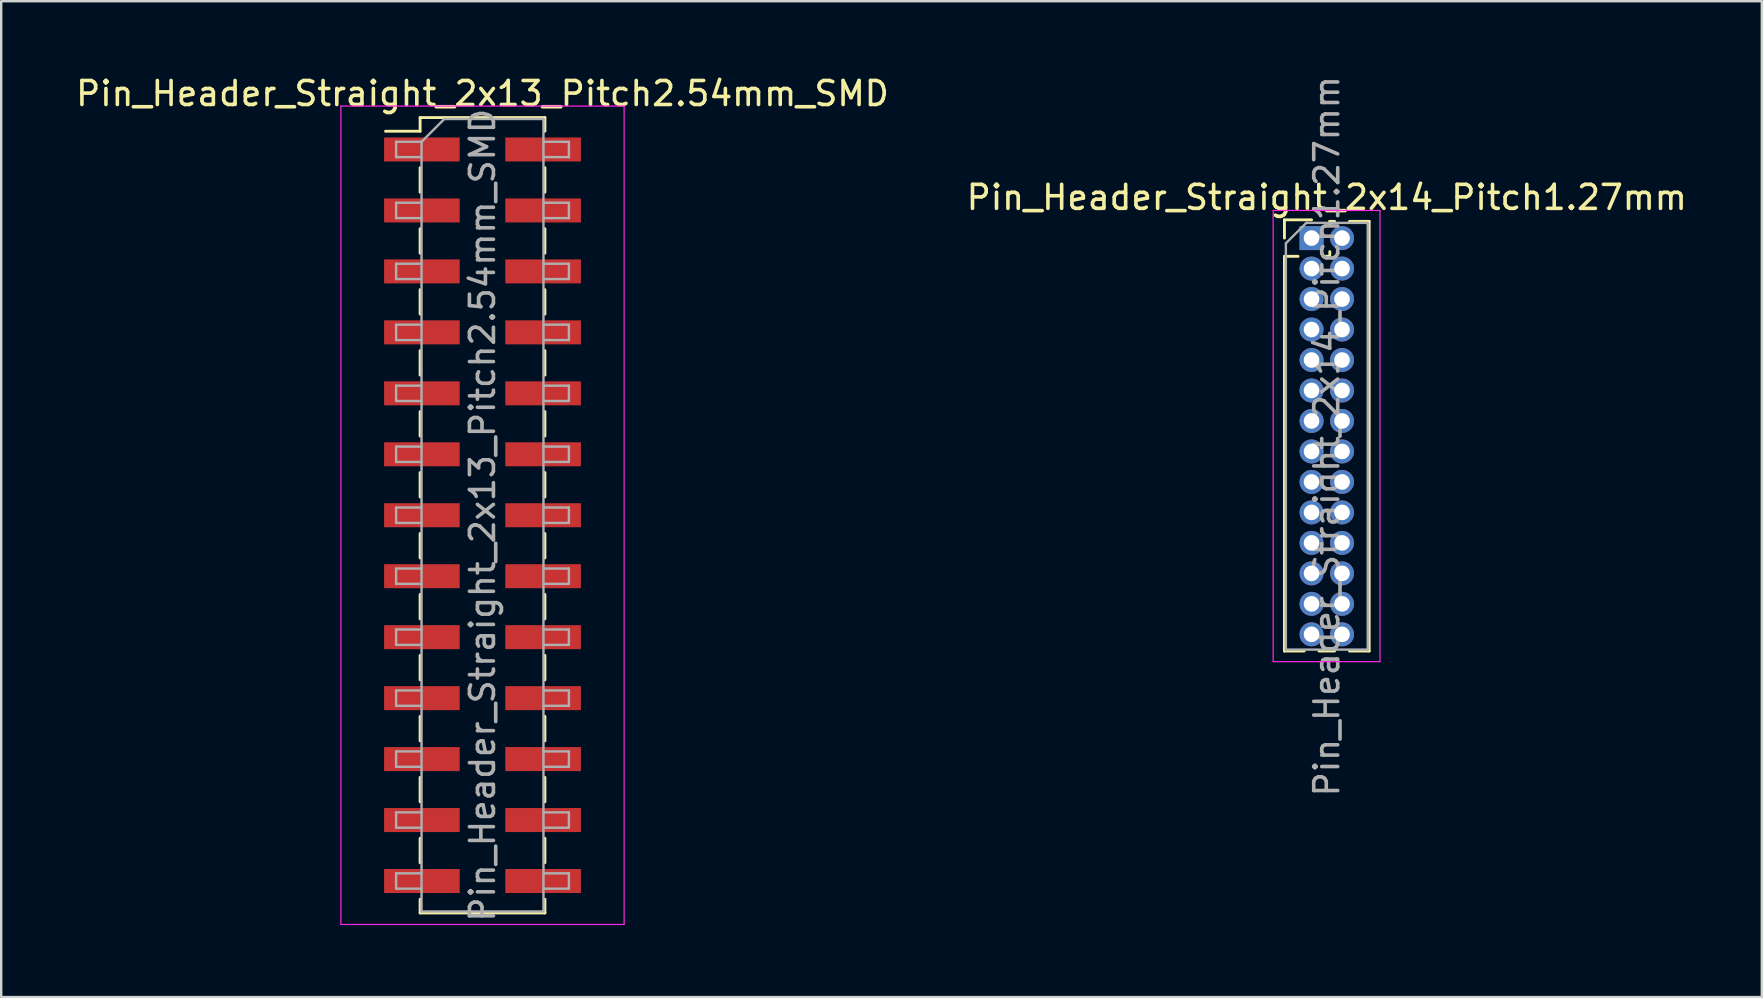
<source format=kicad_pcb>
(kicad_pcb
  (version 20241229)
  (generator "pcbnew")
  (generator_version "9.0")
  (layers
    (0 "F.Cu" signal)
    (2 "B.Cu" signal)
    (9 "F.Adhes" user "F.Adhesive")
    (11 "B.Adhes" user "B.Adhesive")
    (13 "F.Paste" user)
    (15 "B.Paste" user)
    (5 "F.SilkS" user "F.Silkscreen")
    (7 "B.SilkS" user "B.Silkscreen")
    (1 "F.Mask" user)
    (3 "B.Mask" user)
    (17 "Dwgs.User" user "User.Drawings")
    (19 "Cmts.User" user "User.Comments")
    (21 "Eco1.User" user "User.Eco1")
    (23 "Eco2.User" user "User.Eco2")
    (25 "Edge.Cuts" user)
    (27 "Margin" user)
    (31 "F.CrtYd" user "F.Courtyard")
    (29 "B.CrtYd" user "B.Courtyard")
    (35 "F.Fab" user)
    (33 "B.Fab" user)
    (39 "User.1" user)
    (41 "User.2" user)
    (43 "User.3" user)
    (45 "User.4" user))
  (footprint "Pin_Header_Straight_2x13_Pitch2.54mm_SMD"
    (layer "F.Cu")
    (at 17.054 18.418)
    (property "Reference" "Pin_Header_Straight_2x13_Pitch2.54mm_SMD" (at 0 -17.57 0) (layer "F.SilkS") (effects (font (size 1 1) (thickness 0.15))))
    (attr smd)
    (fp_line (start -4.04 -16) (end -2.6 -16) (stroke (width 0.12) (type solid)) (layer "F.SilkS"))
    (fp_line (start -2.6 -16.57) (end -2.6 -16) (stroke (width 0.12) (type solid)) (layer "F.SilkS"))
    (fp_line (start -2.6 -16.57) (end 2.6 -16.57) (stroke (width 0.12) (type solid)) (layer "F.SilkS"))
    (fp_line (start -2.6 -14.48) (end -2.6 -13.46) (stroke (width 0.12) (type solid)) (layer "F.SilkS"))
    (fp_line (start -2.6 -11.94) (end -2.6 -10.92) (stroke (width 0.12) (type solid)) (layer "F.SilkS"))
    (fp_line (start -2.6 -9.4) (end -2.6 -8.38) (stroke (width 0.12) (type solid)) (layer "F.SilkS"))
    (fp_line (start -2.6 -6.86) (end -2.6 -5.84) (stroke (width 0.12) (type solid)) (layer "F.SilkS"))
    (fp_line (start -2.6 -4.32) (end -2.6 -3.3) (stroke (width 0.12) (type solid)) (layer "F.SilkS"))
    (fp_line (start -2.6 -1.78) (end -2.6 -0.76) (stroke (width 0.12) (type solid)) (layer "F.SilkS"))
    (fp_line (start -2.6 0.76) (end -2.6 1.78) (stroke (width 0.12) (type solid)) (layer "F.SilkS"))
    (fp_line (start -2.6 3.3) (end -2.6 4.32) (stroke (width 0.12) (type solid)) (layer "F.SilkS"))
    (fp_line (start -2.6 5.84) (end -2.6 6.86) (stroke (width 0.12) (type solid)) (layer "F.SilkS"))
    (fp_line (start -2.6 8.38) (end -2.6 9.4) (stroke (width 0.12) (type solid)) (layer "F.SilkS"))
    (fp_line (start -2.6 10.92) (end -2.6 11.94) (stroke (width 0.12) (type solid)) (layer "F.SilkS"))
    (fp_line (start -2.6 13.46) (end -2.6 14.48) (stroke (width 0.12) (type solid)) (layer "F.SilkS"))
    (fp_line (start -2.6 16) (end -2.6 16.57) (stroke (width 0.12) (type solid)) (layer "F.SilkS"))
    (fp_line (start -2.6 16.57) (end 2.6 16.57) (stroke (width 0.12) (type solid)) (layer "F.SilkS"))
    (fp_line (start 2.6 -16.57) (end 2.6 -16) (stroke (width 0.12) (type solid)) (layer "F.SilkS"))
    (fp_line (start 2.6 -14.48) (end 2.6 -13.46) (stroke (width 0.12) (type solid)) (layer "F.SilkS"))
    (fp_line (start 2.6 -11.94) (end 2.6 -10.92) (stroke (width 0.12) (type solid)) (layer "F.SilkS"))
    (fp_line (start 2.6 -9.4) (end 2.6 -8.38) (stroke (width 0.12) (type solid)) (layer "F.SilkS"))
    (fp_line (start 2.6 -6.86) (end 2.6 -5.84) (stroke (width 0.12) (type solid)) (layer "F.SilkS"))
    (fp_line (start 2.6 -4.32) (end 2.6 -3.3) (stroke (width 0.12) (type solid)) (layer "F.SilkS"))
    (fp_line (start 2.6 -1.78) (end 2.6 -0.76) (stroke (width 0.12) (type solid)) (layer "F.SilkS"))
    (fp_line (start 2.6 0.76) (end 2.6 1.78) (stroke (width 0.12) (type solid)) (layer "F.SilkS"))
    (fp_line (start 2.6 3.3) (end 2.6 4.32) (stroke (width 0.12) (type solid)) (layer "F.SilkS"))
    (fp_line (start 2.6 5.84) (end 2.6 6.86) (stroke (width 0.12) (type solid)) (layer "F.SilkS"))
    (fp_line (start 2.6 8.38) (end 2.6 9.4) (stroke (width 0.12) (type solid)) (layer "F.SilkS"))
    (fp_line (start 2.6 10.92) (end 2.6 11.94) (stroke (width 0.12) (type solid)) (layer "F.SilkS"))
    (fp_line (start 2.6 13.46) (end 2.6 14.48) (stroke (width 0.12) (type solid)) (layer "F.SilkS"))
    (fp_line (start 2.6 16) (end 2.6 16.57) (stroke (width 0.12) (type solid)) (layer "F.SilkS"))
    (fp_line (start -5.9 -17.05) (end -5.9 17.05) (stroke (width 0.05) (type solid)) (layer "F.CrtYd"))
    (fp_line (start -5.9 17.05) (end 5.9 17.05) (stroke (width 0.05) (type solid)) (layer "F.CrtYd"))
    (fp_line (start 5.9 -17.05) (end -5.9 -17.05) (stroke (width 0.05) (type solid)) (layer "F.CrtYd"))
    (fp_line (start 5.9 17.05) (end 5.9 -17.05) (stroke (width 0.05) (type solid)) (layer "F.CrtYd"))
    (fp_line (start -3.6 -15.56) (end -3.6 -14.92) (stroke (width 0.1) (type solid)) (layer "F.Fab"))
    (fp_line (start -3.6 -14.92) (end -2.54 -14.92) (stroke (width 0.1) (type solid)) (layer "F.Fab"))
    (fp_line (start -3.6 -13.02) (end -3.6 -12.38) (stroke (width 0.1) (type solid)) (layer "F.Fab"))
    (fp_line (start -3.6 -12.38) (end -2.54 -12.38) (stroke (width 0.1) (type solid)) (layer "F.Fab"))
    (fp_line (start -3.6 -10.48) (end -3.6 -9.84) (stroke (width 0.1) (type solid)) (layer "F.Fab"))
    (fp_line (start -3.6 -9.84) (end -2.54 -9.84) (stroke (width 0.1) (type solid)) (layer "F.Fab"))
    (fp_line (start -3.6 -7.94) (end -3.6 -7.3) (stroke (width 0.1) (type solid)) (layer "F.Fab"))
    (fp_line (start -3.6 -7.3) (end -2.54 -7.3) (stroke (width 0.1) (type solid)) (layer "F.Fab"))
    (fp_line (start -3.6 -5.4) (end -3.6 -4.76) (stroke (width 0.1) (type solid)) (layer "F.Fab"))
    (fp_line (start -3.6 -4.76) (end -2.54 -4.76) (stroke (width 0.1) (type solid)) (layer "F.Fab"))
    (fp_line (start -3.6 -2.86) (end -3.6 -2.22) (stroke (width 0.1) (type solid)) (layer "F.Fab"))
    (fp_line (start -3.6 -2.22) (end -2.54 -2.22) (stroke (width 0.1) (type solid)) (layer "F.Fab"))
    (fp_line (start -3.6 -0.32) (end -3.6 0.32) (stroke (width 0.1) (type solid)) (layer "F.Fab"))
    (fp_line (start -3.6 0.32) (end -2.54 0.32) (stroke (width 0.1) (type solid)) (layer "F.Fab"))
    (fp_line (start -3.6 2.22) (end -3.6 2.86) (stroke (width 0.1) (type solid)) (layer "F.Fab"))
    (fp_line (start -3.6 2.86) (end -2.54 2.86) (stroke (width 0.1) (type solid)) (layer "F.Fab"))
    (fp_line (start -3.6 4.76) (end -3.6 5.4) (stroke (width 0.1) (type solid)) (layer "F.Fab"))
    (fp_line (start -3.6 5.4) (end -2.54 5.4) (stroke (width 0.1) (type solid)) (layer "F.Fab"))
    (fp_line (start -3.6 7.3) (end -3.6 7.94) (stroke (width 0.1) (type solid)) (layer "F.Fab"))
    (fp_line (start -3.6 7.94) (end -2.54 7.94) (stroke (width 0.1) (type solid)) (layer "F.Fab"))
    (fp_line (start -3.6 9.84) (end -3.6 10.48) (stroke (width 0.1) (type solid)) (layer "F.Fab"))
    (fp_line (start -3.6 10.48) (end -2.54 10.48) (stroke (width 0.1) (type solid)) (layer "F.Fab"))
    (fp_line (start -3.6 12.38) (end -3.6 13.02) (stroke (width 0.1) (type solid)) (layer "F.Fab"))
    (fp_line (start -3.6 13.02) (end -2.54 13.02) (stroke (width 0.1) (type solid)) (layer "F.Fab"))
    (fp_line (start -3.6 14.92) (end -3.6 15.56) (stroke (width 0.1) (type solid)) (layer "F.Fab"))
    (fp_line (start -3.6 15.56) (end -2.54 15.56) (stroke (width 0.1) (type solid)) (layer "F.Fab"))
    (fp_line (start -2.54 -15.56) (end -3.6 -15.56) (stroke (width 0.1) (type solid)) (layer "F.Fab"))
    (fp_line (start -2.54 -15.56) (end -1.59 -16.51) (stroke (width 0.1) (type solid)) (layer "F.Fab"))
    (fp_line (start -2.54 -13.02) (end -3.6 -13.02) (stroke (width 0.1) (type solid)) (layer "F.Fab"))
    (fp_line (start -2.54 -10.48) (end -3.6 -10.48) (stroke (width 0.1) (type solid)) (layer "F.Fab"))
    (fp_line (start -2.54 -7.94) (end -3.6 -7.94) (stroke (width 0.1) (type solid)) (layer "F.Fab"))
    (fp_line (start -2.54 -5.4) (end -3.6 -5.4) (stroke (width 0.1) (type solid)) (layer "F.Fab"))
    (fp_line (start -2.54 -2.86) (end -3.6 -2.86) (stroke (width 0.1) (type solid)) (layer "F.Fab"))
    (fp_line (start -2.54 -0.32) (end -3.6 -0.32) (stroke (width 0.1) (type solid)) (layer "F.Fab"))
    (fp_line (start -2.54 2.22) (end -3.6 2.22) (stroke (width 0.1) (type solid)) (layer "F.Fab"))
    (fp_line (start -2.54 4.76) (end -3.6 4.76) (stroke (width 0.1) (type solid)) (layer "F.Fab"))
    (fp_line (start -2.54 7.3) (end -3.6 7.3) (stroke (width 0.1) (type solid)) (layer "F.Fab"))
    (fp_line (start -2.54 9.84) (end -3.6 9.84) (stroke (width 0.1) (type solid)) (layer "F.Fab"))
    (fp_line (start -2.54 12.38) (end -3.6 12.38) (stroke (width 0.1) (type solid)) (layer "F.Fab"))
    (fp_line (start -2.54 14.92) (end -3.6 14.92) (stroke (width 0.1) (type solid)) (layer "F.Fab"))
    (fp_line (start -2.54 16.51) (end -2.54 -15.56) (stroke (width 0.1) (type solid)) (layer "F.Fab"))
    (fp_line (start -1.59 -16.51) (end 2.54 -16.51) (stroke (width 0.1) (type solid)) (layer "F.Fab"))
    (fp_line (start 2.54 -16.51) (end 2.54 16.51) (stroke (width 0.1) (type solid)) (layer "F.Fab"))
    (fp_line (start 2.54 -15.56) (end 3.6 -15.56) (stroke (width 0.1) (type solid)) (layer "F.Fab"))
    (fp_line (start 2.54 -13.02) (end 3.6 -13.02) (stroke (width 0.1) (type solid)) (layer "F.Fab"))
    (fp_line (start 2.54 -10.48) (end 3.6 -10.48) (stroke (width 0.1) (type solid)) (layer "F.Fab"))
    (fp_line (start 2.54 -7.94) (end 3.6 -7.94) (stroke (width 0.1) (type solid)) (layer "F.Fab"))
    (fp_line (start 2.54 -5.4) (end 3.6 -5.4) (stroke (width 0.1) (type solid)) (layer "F.Fab"))
    (fp_line (start 2.54 -2.86) (end 3.6 -2.86) (stroke (width 0.1) (type solid)) (layer "F.Fab"))
    (fp_line (start 2.54 -0.32) (end 3.6 -0.32) (stroke (width 0.1) (type solid)) (layer "F.Fab"))
    (fp_line (start 2.54 2.22) (end 3.6 2.22) (stroke (width 0.1) (type solid)) (layer "F.Fab"))
    (fp_line (start 2.54 4.76) (end 3.6 4.76) (stroke (width 0.1) (type solid)) (layer "F.Fab"))
    (fp_line (start 2.54 7.3) (end 3.6 7.3) (stroke (width 0.1) (type solid)) (layer "F.Fab"))
    (fp_line (start 2.54 9.84) (end 3.6 9.84) (stroke (width 0.1) (type solid)) (layer "F.Fab"))
    (fp_line (start 2.54 12.38) (end 3.6 12.38) (stroke (width 0.1) (type solid)) (layer "F.Fab"))
    (fp_line (start 2.54 14.92) (end 3.6 14.92) (stroke (width 0.1) (type solid)) (layer "F.Fab"))
    (fp_line (start 2.54 16.51) (end -2.54 16.51) (stroke (width 0.1) (type solid)) (layer "F.Fab"))
    (fp_line (start 3.6 -15.56) (end 3.6 -14.92) (stroke (width 0.1) (type solid)) (layer "F.Fab"))
    (fp_line (start 3.6 -14.92) (end 2.54 -14.92) (stroke (width 0.1) (type solid)) (layer "F.Fab"))
    (fp_line (start 3.6 -13.02) (end 3.6 -12.38) (stroke (width 0.1) (type solid)) (layer "F.Fab"))
    (fp_line (start 3.6 -12.38) (end 2.54 -12.38) (stroke (width 0.1) (type solid)) (layer "F.Fab"))
    (fp_line (start 3.6 -10.48) (end 3.6 -9.84) (stroke (width 0.1) (type solid)) (layer "F.Fab"))
    (fp_line (start 3.6 -9.84) (end 2.54 -9.84) (stroke (width 0.1) (type solid)) (layer "F.Fab"))
    (fp_line (start 3.6 -7.94) (end 3.6 -7.3) (stroke (width 0.1) (type solid)) (layer "F.Fab"))
    (fp_line (start 3.6 -7.3) (end 2.54 -7.3) (stroke (width 0.1) (type solid)) (layer "F.Fab"))
    (fp_line (start 3.6 -5.4) (end 3.6 -4.76) (stroke (width 0.1) (type solid)) (layer "F.Fab"))
    (fp_line (start 3.6 -4.76) (end 2.54 -4.76) (stroke (width 0.1) (type solid)) (layer "F.Fab"))
    (fp_line (start 3.6 -2.86) (end 3.6 -2.22) (stroke (width 0.1) (type solid)) (layer "F.Fab"))
    (fp_line (start 3.6 -2.22) (end 2.54 -2.22) (stroke (width 0.1) (type solid)) (layer "F.Fab"))
    (fp_line (start 3.6 -0.32) (end 3.6 0.32) (stroke (width 0.1) (type solid)) (layer "F.Fab"))
    (fp_line (start 3.6 0.32) (end 2.54 0.32) (stroke (width 0.1) (type solid)) (layer "F.Fab"))
    (fp_line (start 3.6 2.22) (end 3.6 2.86) (stroke (width 0.1) (type solid)) (layer "F.Fab"))
    (fp_line (start 3.6 2.86) (end 2.54 2.86) (stroke (width 0.1) (type solid)) (layer "F.Fab"))
    (fp_line (start 3.6 4.76) (end 3.6 5.4) (stroke (width 0.1) (type solid)) (layer "F.Fab"))
    (fp_line (start 3.6 5.4) (end 2.54 5.4) (stroke (width 0.1) (type solid)) (layer "F.Fab"))
    (fp_line (start 3.6 7.3) (end 3.6 7.94) (stroke (width 0.1) (type solid)) (layer "F.Fab"))
    (fp_line (start 3.6 7.94) (end 2.54 7.94) (stroke (width 0.1) (type solid)) (layer "F.Fab"))
    (fp_line (start 3.6 9.84) (end 3.6 10.48) (stroke (width 0.1) (type solid)) (layer "F.Fab"))
    (fp_line (start 3.6 10.48) (end 2.54 10.48) (stroke (width 0.1) (type solid)) (layer "F.Fab"))
    (fp_line (start 3.6 12.38) (end 3.6 13.02) (stroke (width 0.1) (type solid)) (layer "F.Fab"))
    (fp_line (start 3.6 13.02) (end 2.54 13.02) (stroke (width 0.1) (type solid)) (layer "F.Fab"))
    (fp_line (start 3.6 14.92) (end 3.6 15.56) (stroke (width 0.1) (type solid)) (layer "F.Fab"))
    (fp_line (start 3.6 15.56) (end 2.54 15.56) (stroke (width 0.1) (type solid)) (layer "F.Fab"))
    (fp_text user "${REFERENCE}" (at 0 0 90) (layer "F.Fab") (effects (font (size 1 1) (thickness 0.15))))
    (pad "1" smd rect (at -2.525 -15.24) (size 3.15 1) (layers "F.Cu" "F.Mask" "F.Paste"))
    (pad "2" smd rect (at 2.525 -15.24) (size 3.15 1) (layers "F.Cu" "F.Mask" "F.Paste"))
    (pad "3" smd rect (at -2.525 -12.7) (size 3.15 1) (layers "F.Cu" "F.Mask" "F.Paste"))
    (pad "4" smd rect (at 2.525 -12.7) (size 3.15 1) (layers "F.Cu" "F.Mask" "F.Paste"))
    (pad "5" smd rect (at -2.525 -10.16) (size 3.15 1) (layers "F.Cu" "F.Mask" "F.Paste"))
    (pad "6" smd rect (at 2.525 -10.16) (size 3.15 1) (layers "F.Cu" "F.Mask" "F.Paste"))
    (pad "7" smd rect (at -2.525 -7.62) (size 3.15 1) (layers "F.Cu" "F.Mask" "F.Paste"))
    (pad "8" smd rect (at 2.525 -7.62) (size 3.15 1) (layers "F.Cu" "F.Mask" "F.Paste"))
    (pad "9" smd rect (at -2.525 -5.08) (size 3.15 1) (layers "F.Cu" "F.Mask" "F.Paste"))
    (pad "10" smd rect (at 2.525 -5.08) (size 3.15 1) (layers "F.Cu" "F.Mask" "F.Paste"))
    (pad "11" smd rect (at -2.525 -2.54) (size 3.15 1) (layers "F.Cu" "F.Mask" "F.Paste"))
    (pad "12" smd rect (at 2.525 -2.54) (size 3.15 1) (layers "F.Cu" "F.Mask" "F.Paste"))
    (pad "13" smd rect (at -2.525 0) (size 3.15 1) (layers "F.Cu" "F.Mask" "F.Paste"))
    (pad "14" smd rect (at 2.525 0) (size 3.15 1) (layers "F.Cu" "F.Mask" "F.Paste"))
    (pad "15" smd rect (at -2.525 2.54) (size 3.15 1) (layers "F.Cu" "F.Mask" "F.Paste"))
    (pad "16" smd rect (at 2.525 2.54) (size 3.15 1) (layers "F.Cu" "F.Mask" "F.Paste"))
    (pad "17" smd rect (at -2.525 5.08) (size 3.15 1) (layers "F.Cu" "F.Mask" "F.Paste"))
    (pad "18" smd rect (at 2.525 5.08) (size 3.15 1) (layers "F.Cu" "F.Mask" "F.Paste"))
    (pad "19" smd rect (at -2.525 7.62) (size 3.15 1) (layers "F.Cu" "F.Mask" "F.Paste"))
    (pad "20" smd rect (at 2.525 7.62) (size 3.15 1) (layers "F.Cu" "F.Mask" "F.Paste"))
    (pad "21" smd rect (at -2.525 10.16) (size 3.15 1) (layers "F.Cu" "F.Mask" "F.Paste"))
    (pad "22" smd rect (at 2.525 10.16) (size 3.15 1) (layers "F.Cu" "F.Mask" "F.Paste"))
    (pad "23" smd rect (at -2.525 12.7) (size 3.15 1) (layers "F.Cu" "F.Mask" "F.Paste"))
    (pad "24" smd rect (at 2.525 12.7) (size 3.15 1) (layers "F.Cu" "F.Mask" "F.Paste"))
    (pad "25" smd rect (at -2.525 15.24) (size 3.15 1) (layers "F.Cu" "F.Mask" "F.Paste"))
    (pad "26" smd rect (at 2.525 15.24) (size 3.15 1) (layers "F.Cu" "F.Mask" "F.Paste")))
  (footprint "Pin_Header_Straight_2x14_Pitch1.27mm"
    (layer "F.Cu")
    (at 51.597 6.87)
    (property "Reference" "Pin_Header_Straight_2x14_Pitch1.27mm" (at 0.635 -1.695 0) (layer "F.SilkS") (effects (font (size 1 1) (thickness 0.15))))
    (attr through_hole)
    (fp_line (start -1.13 -0.76) (end 0 -0.76) (stroke (width 0.12) (type solid)) (layer "F.SilkS"))
    (fp_line (start -1.13 0) (end -1.13 -0.76) (stroke (width 0.12) (type solid)) (layer "F.SilkS"))
    (fp_line (start -1.13 0.76) (end -1.13 17.205) (stroke (width 0.12) (type solid)) (layer "F.SilkS"))
    (fp_line (start -1.13 0.76) (end -0.563 0.76) (stroke (width 0.12) (type solid)) (layer "F.SilkS"))
    (fp_line (start -1.13 17.205) (end -0.308 17.205) (stroke (width 0.12) (type solid)) (layer "F.SilkS"))
    (fp_line (start 0.308 17.205) (end 0.962 17.205) (stroke (width 0.12) (type solid)) (layer "F.SilkS"))
    (fp_line (start 0.563 0.76) (end 0.707 0.76) (stroke (width 0.12) (type solid)) (layer "F.SilkS"))
    (fp_line (start 0.76 -0.695) (end 0.962 -0.695) (stroke (width 0.12) (type solid)) (layer "F.SilkS"))
    (fp_line (start 0.76 -0.563) (end 0.76 -0.695) (stroke (width 0.12) (type solid)) (layer "F.SilkS"))
    (fp_line (start 0.76 0.707) (end 0.76 0.563) (stroke (width 0.12) (type solid)) (layer "F.SilkS"))
    (fp_line (start 1.578 -0.695) (end 2.4 -0.695) (stroke (width 0.12) (type solid)) (layer "F.SilkS"))
    (fp_line (start 1.578 17.205) (end 2.4 17.205) (stroke (width 0.12) (type solid)) (layer "F.SilkS"))
    (fp_line (start 2.4 -0.695) (end 2.4 17.205) (stroke (width 0.12) (type solid)) (layer "F.SilkS"))
    (fp_line (start -1.6 -1.15) (end -1.6 17.65) (stroke (width 0.05) (type solid)) (layer "F.CrtYd"))
    (fp_line (start -1.6 17.65) (end 2.85 17.65) (stroke (width 0.05) (type solid)) (layer "F.CrtYd"))
    (fp_line (start 2.85 -1.15) (end -1.6 -1.15) (stroke (width 0.05) (type solid)) (layer "F.CrtYd"))
    (fp_line (start 2.85 17.65) (end 2.85 -1.15) (stroke (width 0.05) (type solid)) (layer "F.CrtYd"))
    (fp_line (start -1.07 0.217) (end -0.217 -0.635) (stroke (width 0.1) (type solid)) (layer "F.Fab"))
    (fp_line (start -1.07 17.145) (end -1.07 0.217) (stroke (width 0.1) (type solid)) (layer "F.Fab"))
    (fp_line (start -0.217 -0.635) (end 2.34 -0.635) (stroke (width 0.1) (type solid)) (layer "F.Fab"))
    (fp_line (start 2.34 -0.635) (end 2.34 17.145) (stroke (width 0.1) (type solid)) (layer "F.Fab"))
    (fp_line (start 2.34 17.145) (end -1.07 17.145) (stroke (width 0.1) (type solid)) (layer "F.Fab"))
    (fp_text user "${REFERENCE}" (at 0.635 8.255 90) (layer "F.Fab") (effects (font (size 1 1) (thickness 0.15))))
    (pad "1" thru_hole rect (at 0 0) (size 1 1) (drill 0.65) (layers "*.Cu" "*.Mask"))
    (pad "2" thru_hole oval (at 1.27 0) (size 1 1) (drill 0.65) (layers "*.Cu" "*.Mask"))
    (pad "3" thru_hole oval (at 0 1.27) (size 1 1) (drill 0.65) (layers "*.Cu" "*.Mask"))
    (pad "4" thru_hole oval (at 1.27 1.27) (size 1 1) (drill 0.65) (layers "*.Cu" "*.Mask"))
    (pad "5" thru_hole oval (at 0 2.54) (size 1 1) (drill 0.65) (layers "*.Cu" "*.Mask"))
    (pad "6" thru_hole oval (at 1.27 2.54) (size 1 1) (drill 0.65) (layers "*.Cu" "*.Mask"))
    (pad "7" thru_hole oval (at 0 3.81) (size 1 1) (drill 0.65) (layers "*.Cu" "*.Mask"))
    (pad "8" thru_hole oval (at 1.27 3.81) (size 1 1) (drill 0.65) (layers "*.Cu" "*.Mask"))
    (pad "9" thru_hole oval (at 0 5.08) (size 1 1) (drill 0.65) (layers "*.Cu" "*.Mask"))
    (pad "10" thru_hole oval (at 1.27 5.08) (size 1 1) (drill 0.65) (layers "*.Cu" "*.Mask"))
    (pad "11" thru_hole oval (at 0 6.35) (size 1 1) (drill 0.65) (layers "*.Cu" "*.Mask"))
    (pad "12" thru_hole oval (at 1.27 6.35) (size 1 1) (drill 0.65) (layers "*.Cu" "*.Mask"))
    (pad "13" thru_hole oval (at 0 7.62) (size 1 1) (drill 0.65) (layers "*.Cu" "*.Mask"))
    (pad "14" thru_hole oval (at 1.27 7.62) (size 1 1) (drill 0.65) (layers "*.Cu" "*.Mask"))
    (pad "15" thru_hole oval (at 0 8.89) (size 1 1) (drill 0.65) (layers "*.Cu" "*.Mask"))
    (pad "16" thru_hole oval (at 1.27 8.89) (size 1 1) (drill 0.65) (layers "*.Cu" "*.Mask"))
    (pad "17" thru_hole oval (at 0 10.16) (size 1 1) (drill 0.65) (layers "*.Cu" "*.Mask"))
    (pad "18" thru_hole oval (at 1.27 10.16) (size 1 1) (drill 0.65) (layers "*.Cu" "*.Mask"))
    (pad "19" thru_hole oval (at 0 11.43) (size 1 1) (drill 0.65) (layers "*.Cu" "*.Mask"))
    (pad "20" thru_hole oval (at 1.27 11.43) (size 1 1) (drill 0.65) (layers "*.Cu" "*.Mask"))
    (pad "21" thru_hole oval (at 0 12.7) (size 1 1) (drill 0.65) (layers "*.Cu" "*.Mask"))
    (pad "22" thru_hole oval (at 1.27 12.7) (size 1 1) (drill 0.65) (layers "*.Cu" "*.Mask"))
    (pad "23" thru_hole oval (at 0 13.97) (size 1 1) (drill 0.65) (layers "*.Cu" "*.Mask"))
    (pad "24" thru_hole oval (at 1.27 13.97) (size 1 1) (drill 0.65) (layers "*.Cu" "*.Mask"))
    (pad "25" thru_hole oval (at 0 15.24) (size 1 1) (drill 0.65) (layers "*.Cu" "*.Mask"))
    (pad "26" thru_hole oval (at 1.27 15.24) (size 1 1) (drill 0.65) (layers "*.Cu" "*.Mask"))
    (pad "27" thru_hole oval (at 0 16.51) (size 1 1) (drill 0.65) (layers "*.Cu" "*.Mask"))
    (pad "28" thru_hole oval (at 1.27 16.51) (size 1 1) (drill 0.65) (layers "*.Cu" "*.Mask")))
  (gr_rect
    (start -3 -3)
    (end 70.357 38.493)
    (stroke (width 0.1) (type default))
    (fill no)
    (layer "Edge.Cuts")))
</source>
